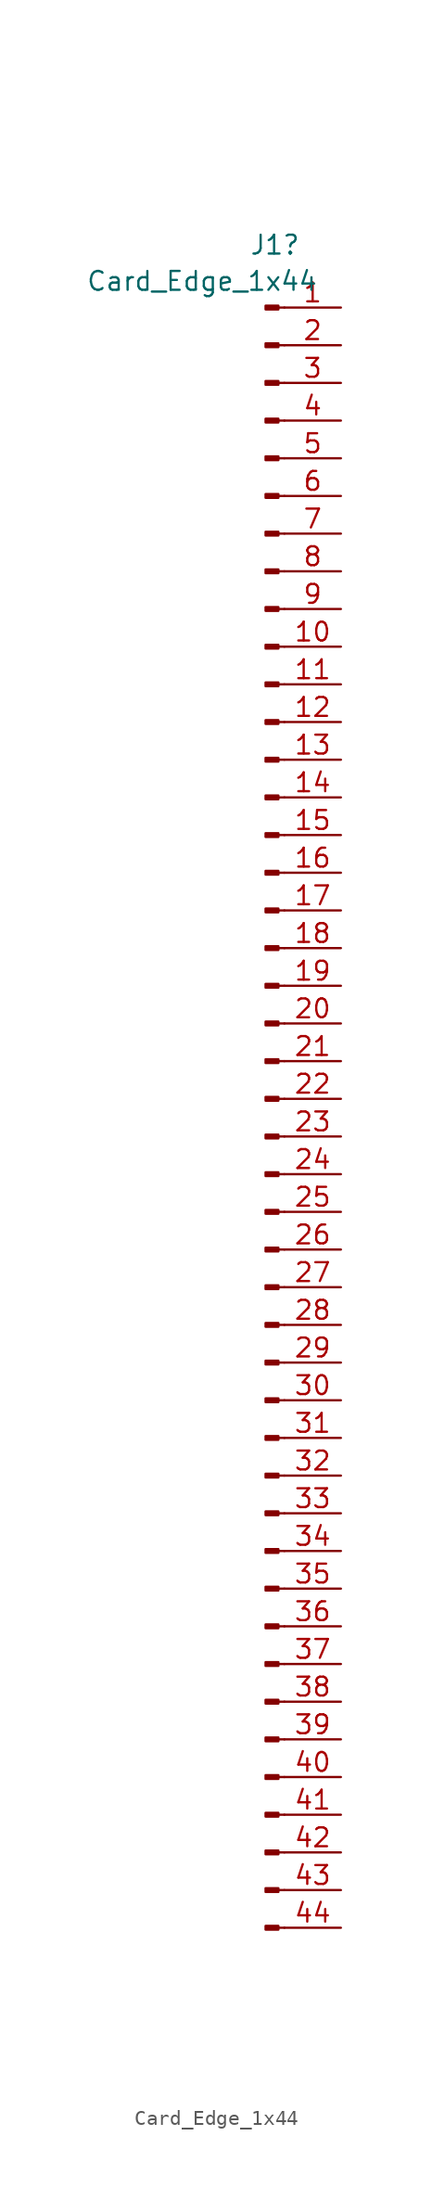
<source format=kicad_sym>
(kicad_symbol_lib
  (version 20231120)
  (generator "kicad_symbol_editor")
  (generator_version "8.0")
  (symbol "Card_Edge_1x44"
    (pin_names
      (offset 1.016) hide)
    (property "Reference" "J1"
      (at 0.635 57.561 0)
      (effects (font (size 1.27 1.27))))
    (property "Value" "Card_Edge_1x44"
      (at 3.556 55.118 0)
      (effects (font (size 1.27 1.27)) (justify right)))
    (symbol "Card_Edge_1x44_1_1"
      (polyline (pts (xy 1.27 -55.88) (xy 0.864 -55.88)) (stroke (width 0.152) (type default)) (fill (type none)))
      (polyline (pts (xy 1.27 -53.34) (xy 0.864 -53.34)) (stroke (width 0.152) (type default)) (fill (type none)))
      (polyline (pts (xy 1.27 -50.8) (xy 0.864 -50.8)) (stroke (width 0.152) (type default)) (fill (type none)))
      (polyline (pts (xy 1.27 -48.26) (xy 0.864 -48.26)) (stroke (width 0.152) (type default)) (fill (type none)))
      (polyline (pts (xy 1.27 -45.72) (xy 0.864 -45.72)) (stroke (width 0.152) (type default)) (fill (type none)))
      (polyline (pts (xy 1.27 -43.18) (xy 0.864 -43.18)) (stroke (width 0.152) (type default)) (fill (type none)))
      (polyline (pts (xy 1.27 -40.64) (xy 0.864 -40.64)) (stroke (width 0.152) (type default)) (fill (type none)))
      (polyline (pts (xy 1.27 -38.1) (xy 0.864 -38.1)) (stroke (width 0.152) (type default)) (fill (type none)))
      (polyline (pts (xy 1.27 -35.56) (xy 0.864 -35.56)) (stroke (width 0.152) (type default)) (fill (type none)))
      (polyline (pts (xy 1.27 -33.02) (xy 0.864 -33.02)) (stroke (width 0.152) (type default)) (fill (type none)))
      (polyline (pts (xy 1.27 -30.48) (xy 0.864 -30.48)) (stroke (width 0.152) (type default)) (fill (type none)))
      (polyline (pts (xy 1.27 -27.94) (xy 0.864 -27.94)) (stroke (width 0.152) (type default)) (fill (type none)))
      (polyline (pts (xy 1.27 -25.4) (xy 0.864 -25.4)) (stroke (width 0.152) (type default)) (fill (type none)))
      (polyline (pts (xy 1.27 -22.86) (xy 0.864 -22.86)) (stroke (width 0.152) (type default)) (fill (type none)))
      (polyline (pts (xy 1.27 -20.32) (xy 0.864 -20.32)) (stroke (width 0.152) (type default)) (fill (type none)))
      (polyline (pts (xy 1.27 -17.78) (xy 0.864 -17.78)) (stroke (width 0.152) (type default)) (fill (type none)))
      (polyline (pts (xy 1.27 -15.24) (xy 0.864 -15.24)) (stroke (width 0.152) (type default)) (fill (type none)))
      (polyline (pts (xy 1.27 -12.7) (xy 0.864 -12.7)) (stroke (width 0.152) (type default)) (fill (type none)))
      (polyline (pts (xy 1.27 -10.16) (xy 0.864 -10.16)) (stroke (width 0.152) (type default)) (fill (type none)))
      (polyline (pts (xy 1.27 -7.62) (xy 0.864 -7.62)) (stroke (width 0.152) (type default)) (fill (type none)))
      (polyline (pts (xy 1.27 -5.08) (xy 0.864 -5.08)) (stroke (width 0.152) (type default)) (fill (type none)))
      (polyline (pts (xy 1.27 -2.54) (xy 0.864 -2.54)) (stroke (width 0.152) (type default)) (fill (type none)))
      (polyline (pts (xy 1.27 0) (xy 0.864 0)) (stroke (width 0.152) (type default)) (fill (type none)))
      (polyline (pts (xy 1.27 2.54) (xy 0.864 2.54)) (stroke (width 0.152) (type default)) (fill (type none)))
      (polyline (pts (xy 1.27 5.08) (xy 0.864 5.08)) (stroke (width 0.152) (type default)) (fill (type none)))
      (polyline (pts (xy 1.27 7.62) (xy 0.864 7.62)) (stroke (width 0.152) (type default)) (fill (type none)))
      (polyline (pts (xy 1.27 10.16) (xy 0.864 10.16)) (stroke (width 0.152) (type default)) (fill (type none)))
      (polyline (pts (xy 1.27 12.7) (xy 0.864 12.7)) (stroke (width 0.152) (type default)) (fill (type none)))
      (polyline (pts (xy 1.27 15.24) (xy 0.864 15.24)) (stroke (width 0.152) (type default)) (fill (type none)))
      (polyline (pts (xy 1.27 17.78) (xy 0.864 17.78)) (stroke (width 0.152) (type default)) (fill (type none)))
      (polyline (pts (xy 1.27 20.32) (xy 0.864 20.32)) (stroke (width 0.152) (type default)) (fill (type none)))
      (polyline (pts (xy 1.27 22.86) (xy 0.864 22.86)) (stroke (width 0.152) (type default)) (fill (type none)))
      (polyline (pts (xy 1.27 25.4) (xy 0.864 25.4)) (stroke (width 0.152) (type default)) (fill (type none)))
      (polyline (pts (xy 1.27 27.94) (xy 0.864 27.94)) (stroke (width 0.152) (type default)) (fill (type none)))
      (polyline (pts (xy 1.27 30.48) (xy 0.864 30.48)) (stroke (width 0.152) (type default)) (fill (type none)))
      (polyline (pts (xy 1.27 33.02) (xy 0.864 33.02)) (stroke (width 0.152) (type default)) (fill (type none)))
      (polyline (pts (xy 1.27 35.56) (xy 0.864 35.56)) (stroke (width 0.152) (type default)) (fill (type none)))
      (polyline (pts (xy 1.27 38.1) (xy 0.864 38.1)) (stroke (width 0.152) (type default)) (fill (type none)))
      (polyline (pts (xy 1.27 40.64) (xy 0.864 40.64)) (stroke (width 0.152) (type default)) (fill (type none)))
      (polyline (pts (xy 1.27 43.18) (xy 0.864 43.18)) (stroke (width 0.152) (type default)) (fill (type none)))
      (polyline (pts (xy 1.27 45.72) (xy 0.864 45.72)) (stroke (width 0.152) (type default)) (fill (type none)))
      (polyline (pts (xy 1.27 48.26) (xy 0.864 48.26)) (stroke (width 0.152) (type default)) (fill (type none)))
      (polyline (pts (xy 1.27 50.8) (xy 0.864 50.8)) (stroke (width 0.152) (type default)) (fill (type none)))
      (polyline (pts (xy 1.27 53.34) (xy 0.864 53.34)) (stroke (width 0.152) (type default)) (fill (type none)))
      (rectangle (start 0.864 -55.753) (end 0 -56.007) (stroke (width 0.152) (type default)) (fill (type outline)))
      (rectangle (start 0.864 -53.213) (end 0 -53.467) (stroke (width 0.152) (type default)) (fill (type outline)))
      (rectangle (start 0.864 -50.673) (end 0 -50.927) (stroke (width 0.152) (type default)) (fill (type outline)))
      (rectangle (start 0.864 -48.133) (end 0 -48.387) (stroke (width 0.152) (type default)) (fill (type outline)))
      (rectangle (start 0.864 -45.593) (end 0 -45.847) (stroke (width 0.152) (type default)) (fill (type outline)))
      (rectangle (start 0.864 -43.053) (end 0 -43.307) (stroke (width 0.152) (type default)) (fill (type outline)))
      (rectangle (start 0.864 -40.513) (end 0 -40.767) (stroke (width 0.152) (type default)) (fill (type outline)))
      (rectangle (start 0.864 -37.973) (end 0 -38.227) (stroke (width 0.152) (type default)) (fill (type outline)))
      (rectangle (start 0.864 -35.433) (end 0 -35.687) (stroke (width 0.152) (type default)) (fill (type outline)))
      (rectangle (start 0.864 -32.893) (end 0 -33.147) (stroke (width 0.152) (type default)) (fill (type outline)))
      (rectangle (start 0.864 -30.353) (end 0 -30.607) (stroke (width 0.152) (type default)) (fill (type outline)))
      (rectangle (start 0.864 -27.813) (end 0 -28.067) (stroke (width 0.152) (type default)) (fill (type outline)))
      (rectangle (start 0.864 -25.273) (end 0 -25.527) (stroke (width 0.152) (type default)) (fill (type outline)))
      (rectangle (start 0.864 -22.733) (end 0 -22.987) (stroke (width 0.152) (type default)) (fill (type outline)))
      (rectangle (start 0.864 -20.193) (end 0 -20.447) (stroke (width 0.152) (type default)) (fill (type outline)))
      (rectangle (start 0.864 -17.653) (end 0 -17.907) (stroke (width 0.152) (type default)) (fill (type outline)))
      (rectangle (start 0.864 -15.113) (end 0 -15.367) (stroke (width 0.152) (type default)) (fill (type outline)))
      (rectangle (start 0.864 -12.573) (end 0 -12.827) (stroke (width 0.152) (type default)) (fill (type outline)))
      (rectangle (start 0.864 -10.033) (end 0 -10.287) (stroke (width 0.152) (type default)) (fill (type outline)))
      (rectangle (start 0.864 -7.493) (end 0 -7.747) (stroke (width 0.152) (type default)) (fill (type outline)))
      (rectangle (start 0.864 -4.953) (end 0 -5.207) (stroke (width 0.152) (type default)) (fill (type outline)))
      (rectangle (start 0.864 -2.413) (end 0 -2.667) (stroke (width 0.152) (type default)) (fill (type outline)))
      (rectangle (start 0.864 0.127) (end 0 -0.127) (stroke (width 0.152) (type default)) (fill (type outline)))
      (rectangle (start 0.864 2.667) (end 0 2.413) (stroke (width 0.152) (type default)) (fill (type outline)))
      (rectangle (start 0.864 5.207) (end 0 4.953) (stroke (width 0.152) (type default)) (fill (type outline)))
      (rectangle (start 0.864 7.747) (end 0 7.493) (stroke (width 0.152) (type default)) (fill (type outline)))
      (rectangle (start 0.864 10.287) (end 0 10.033) (stroke (width 0.152) (type default)) (fill (type outline)))
      (rectangle (start 0.864 12.827) (end 0 12.573) (stroke (width 0.152) (type default)) (fill (type outline)))
      (rectangle (start 0.864 15.367) (end 0 15.113) (stroke (width 0.152) (type default)) (fill (type outline)))
      (rectangle (start 0.864 17.907) (end 0 17.653) (stroke (width 0.152) (type default)) (fill (type outline)))
      (rectangle (start 0.864 20.447) (end 0 20.193) (stroke (width 0.152) (type default)) (fill (type outline)))
      (rectangle (start 0.864 22.987) (end 0 22.733) (stroke (width 0.152) (type default)) (fill (type outline)))
      (rectangle (start 0.864 25.527) (end 0 25.273) (stroke (width 0.152) (type default)) (fill (type outline)))
      (rectangle (start 0.864 28.067) (end 0 27.813) (stroke (width 0.152) (type default)) (fill (type outline)))
      (rectangle (start 0.864 30.607) (end 0 30.353) (stroke (width 0.152) (type default)) (fill (type outline)))
      (rectangle (start 0.864 33.147) (end 0 32.893) (stroke (width 0.152) (type default)) (fill (type outline)))
      (rectangle (start 0.864 35.687) (end 0 35.433) (stroke (width 0.152) (type default)) (fill (type outline)))
      (rectangle (start 0.864 38.227) (end 0 37.973) (stroke (width 0.152) (type default)) (fill (type outline)))
      (rectangle (start 0.864 40.767) (end 0 40.513) (stroke (width 0.152) (type default)) (fill (type outline)))
      (rectangle (start 0.864 43.307) (end 0 43.053) (stroke (width 0.152) (type default)) (fill (type outline)))
      (rectangle (start 0.864 45.847) (end 0 45.593) (stroke (width 0.152) (type default)) (fill (type outline)))
      (rectangle (start 0.864 48.387) (end 0 48.133) (stroke (width 0.152) (type default)) (fill (type outline)))
      (rectangle (start 0.864 50.927) (end 0 50.673) (stroke (width 0.152) (type default)) (fill (type outline)))
      (rectangle (start 0.864 53.467) (end 0 53.213) (stroke (width 0.152) (type default)) (fill (type outline)))
      (pin passive line (at 5.08 53.34 180) (length 3.81) (name "Pin_1" (effects (font (size 1.27 1.27)))) (number "1" (effects (font (size 1.27 1.27)))))
      (pin passive line (at 5.08 30.48 180) (length 3.81) (name "Pin_10" (effects (font (size 1.27 1.27)))) (number "10" (effects (font (size 1.27 1.27)))))
      (pin passive line (at 5.08 27.94 180) (length 3.81) (name "Pin_11" (effects (font (size 1.27 1.27)))) (number "11" (effects (font (size 1.27 1.27)))))
      (pin passive line (at 5.08 25.4 180) (length 3.81) (name "Pin_12" (effects (font (size 1.27 1.27)))) (number "12" (effects (font (size 1.27 1.27)))))
      (pin passive line (at 5.08 22.86 180) (length 3.81) (name "Pin_13" (effects (font (size 1.27 1.27)))) (number "13" (effects (font (size 1.27 1.27)))))
      (pin passive line (at 5.08 20.32 180) (length 3.81) (name "Pin_14" (effects (font (size 1.27 1.27)))) (number "14" (effects (font (size 1.27 1.27)))))
      (pin passive line (at 5.08 17.78 180) (length 3.81) (name "Pin_15" (effects (font (size 1.27 1.27)))) (number "15" (effects (font (size 1.27 1.27)))))
      (pin passive line (at 5.08 15.24 180) (length 3.81) (name "Pin_16" (effects (font (size 1.27 1.27)))) (number "16" (effects (font (size 1.27 1.27)))))
      (pin passive line (at 5.08 12.7 180) (length 3.81) (name "Pin_17" (effects (font (size 1.27 1.27)))) (number "17" (effects (font (size 1.27 1.27)))))
      (pin passive line (at 5.08 10.16 180) (length 3.81) (name "Pin_18" (effects (font (size 1.27 1.27)))) (number "18" (effects (font (size 1.27 1.27)))))
      (pin passive line (at 5.08 7.62 180) (length 3.81) (name "Pin_19" (effects (font (size 1.27 1.27)))) (number "19" (effects (font (size 1.27 1.27)))))
      (pin passive line (at 5.08 50.8 180) (length 3.81) (name "Pin_2" (effects (font (size 1.27 1.27)))) (number "2" (effects (font (size 1.27 1.27)))))
      (pin passive line (at 5.08 5.08 180) (length 3.81) (name "Pin_20" (effects (font (size 1.27 1.27)))) (number "20" (effects (font (size 1.27 1.27)))))
      (pin passive line (at 5.08 2.54 180) (length 3.81) (name "Pin_21" (effects (font (size 1.27 1.27)))) (number "21" (effects (font (size 1.27 1.27)))))
      (pin passive line (at 5.08 0 180) (length 3.81) (name "Pin_22" (effects (font (size 1.27 1.27)))) (number "22" (effects (font (size 1.27 1.27)))))
      (pin passive line (at 5.08 -2.54 180) (length 3.81) (name "Pin_23" (effects (font (size 1.27 1.27)))) (number "23" (effects (font (size 1.27 1.27)))))
      (pin passive line (at 5.08 -5.08 180) (length 3.81) (name "Pin_24" (effects (font (size 1.27 1.27)))) (number "24" (effects (font (size 1.27 1.27)))))
      (pin passive line (at 5.08 -7.62 180) (length 3.81) (name "Pin_25" (effects (font (size 1.27 1.27)))) (number "25" (effects (font (size 1.27 1.27)))))
      (pin passive line (at 5.08 -10.16 180) (length 3.81) (name "Pin_26" (effects (font (size 1.27 1.27)))) (number "26" (effects (font (size 1.27 1.27)))))
      (pin passive line (at 5.08 -12.7 180) (length 3.81) (name "Pin_27" (effects (font (size 1.27 1.27)))) (number "27" (effects (font (size 1.27 1.27)))))
      (pin passive line (at 5.08 -15.24 180) (length 3.81) (name "Pin_28" (effects (font (size 1.27 1.27)))) (number "28" (effects (font (size 1.27 1.27)))))
      (pin passive line (at 5.08 -17.78 180) (length 3.81) (name "Pin_29" (effects (font (size 1.27 1.27)))) (number "29" (effects (font (size 1.27 1.27)))))
      (pin passive line (at 5.08 48.26 180) (length 3.81) (name "Pin_3" (effects (font (size 1.27 1.27)))) (number "3" (effects (font (size 1.27 1.27)))))
      (pin passive line (at 5.08 -20.32 180) (length 3.81) (name "Pin_30" (effects (font (size 1.27 1.27)))) (number "30" (effects (font (size 1.27 1.27)))))
      (pin passive line (at 5.08 -22.86 180) (length 3.81) (name "Pin_31" (effects (font (size 1.27 1.27)))) (number "31" (effects (font (size 1.27 1.27)))))
      (pin passive line (at 5.08 -25.4 180) (length 3.81) (name "Pin_32" (effects (font (size 1.27 1.27)))) (number "32" (effects (font (size 1.27 1.27)))))
      (pin passive line (at 5.08 -27.94 180) (length 3.81) (name "Pin_33" (effects (font (size 1.27 1.27)))) (number "33" (effects (font (size 1.27 1.27)))))
      (pin passive line (at 5.08 -30.48 180) (length 3.81) (name "Pin_34" (effects (font (size 1.27 1.27)))) (number "34" (effects (font (size 1.27 1.27)))))
      (pin passive line (at 5.08 -33.02 180) (length 3.81) (name "Pin_35" (effects (font (size 1.27 1.27)))) (number "35" (effects (font (size 1.27 1.27)))))
      (pin passive line (at 5.08 -35.56 180) (length 3.81) (name "Pin_36" (effects (font (size 1.27 1.27)))) (number "36" (effects (font (size 1.27 1.27)))))
      (pin passive line (at 5.08 -38.1 180) (length 3.81) (name "Pin_37" (effects (font (size 1.27 1.27)))) (number "37" (effects (font (size 1.27 1.27)))))
      (pin passive line (at 5.08 -40.64 180) (length 3.81) (name "Pin_38" (effects (font (size 1.27 1.27)))) (number "38" (effects (font (size 1.27 1.27)))))
      (pin passive line (at 5.08 -43.18 180) (length 3.81) (name "Pin_39" (effects (font (size 1.27 1.27)))) (number "39" (effects (font (size 1.27 1.27)))))
      (pin passive line (at 5.08 45.72 180) (length 3.81) (name "Pin_4" (effects (font (size 1.27 1.27)))) (number "4" (effects (font (size 1.27 1.27)))))
      (pin passive line (at 5.08 -45.72 180) (length 3.81) (name "Pin_40" (effects (font (size 1.27 1.27)))) (number "40" (effects (font (size 1.27 1.27)))))
      (pin passive line (at 5.08 -48.26 180) (length 3.81) (name "Pin_41" (effects (font (size 1.27 1.27)))) (number "41" (effects (font (size 1.27 1.27)))))
      (pin passive line (at 5.08 -50.8 180) (length 3.81) (name "Pin_42" (effects (font (size 1.27 1.27)))) (number "42" (effects (font (size 1.27 1.27)))))
      (pin passive line (at 5.08 -53.34 180) (length 3.81) (name "Pin_43" (effects (font (size 1.27 1.27)))) (number "43" (effects (font (size 1.27 1.27)))))
      (pin passive line (at 5.08 -55.88 180) (length 3.81) (name "Pin_44" (effects (font (size 1.27 1.27)))) (number "44" (effects (font (size 1.27 1.27)))))
      (pin passive line (at 5.08 43.18 180) (length 3.81) (name "Pin_5" (effects (font (size 1.27 1.27)))) (number "5" (effects (font (size 1.27 1.27)))))
      (pin passive line (at 5.08 40.64 180) (length 3.81) (name "Pin_6" (effects (font (size 1.27 1.27)))) (number "6" (effects (font (size 1.27 1.27)))))
      (pin passive line (at 5.08 38.1 180) (length 3.81) (name "Pin_7" (effects (font (size 1.27 1.27)))) (number "7" (effects (font (size 1.27 1.27)))))
      (pin passive line (at 5.08 35.56 180) (length 3.81) (name "Pin_8" (effects (font (size 1.27 1.27)))) (number "8" (effects (font (size 1.27 1.27)))))
      (pin passive line (at 5.08 33.02 180) (length 3.81) (name "Pin_9" (effects (font (size 1.27 1.27)))) (number "9" (effects (font (size 1.27 1.27))))))))
</source>
